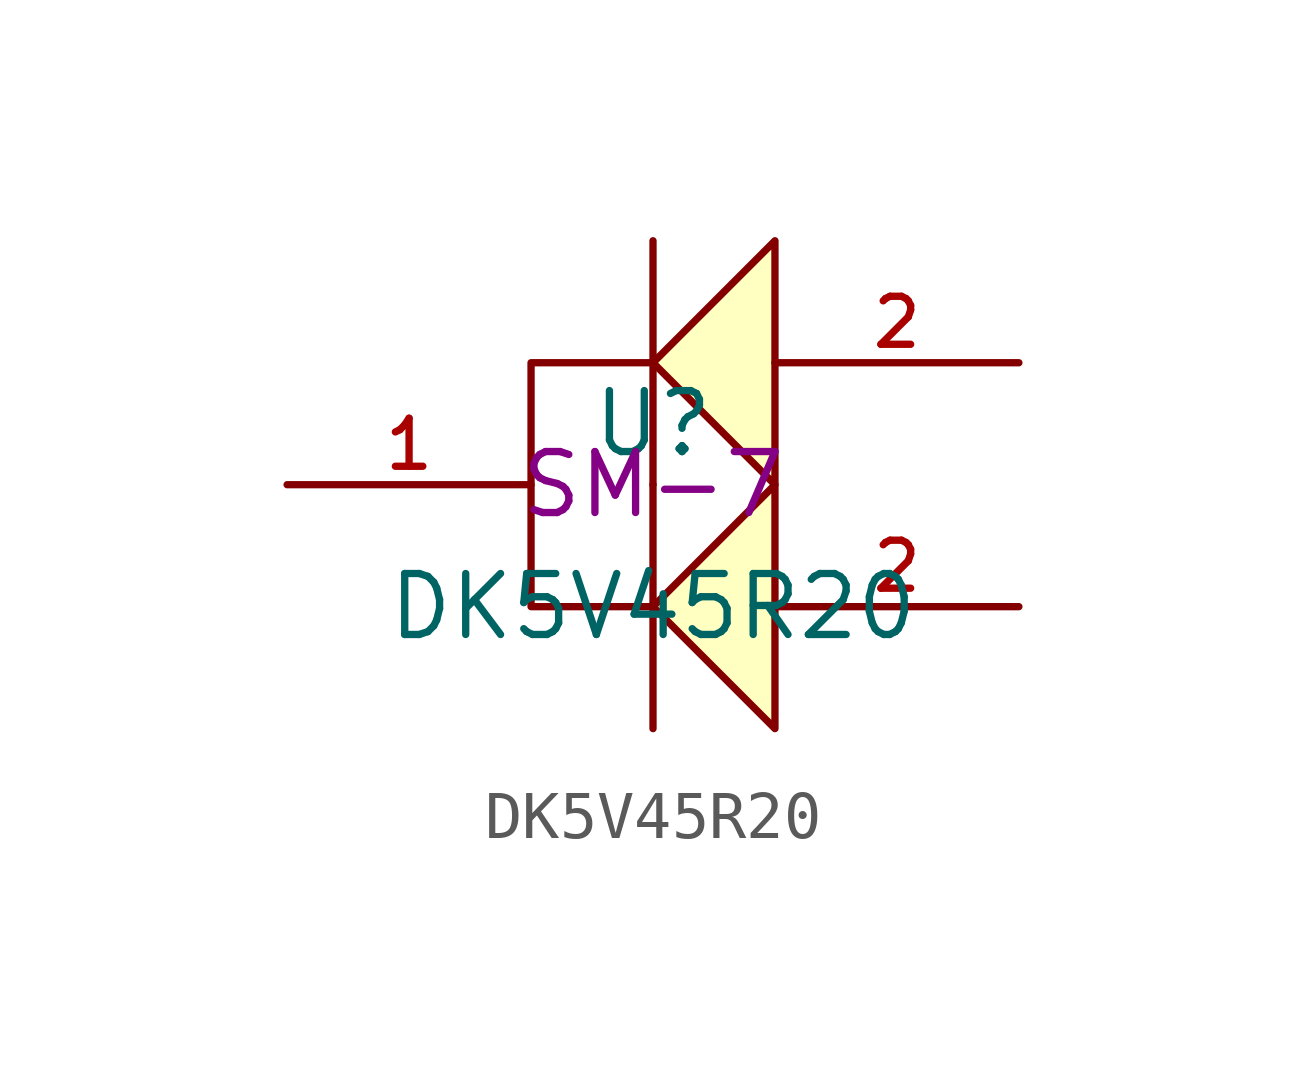
<source format=kicad_sym>
(kicad_symbol_lib
  (version 20211014)
  (generator kicad_symbol_editor)
  (symbol "DK5V45R20"
    (pin_names hide)
    (property "Reference" "U"
      (at 0 1.27 0)
      (effects (font (size 1.27 1.27))))
    (property "Value" "DK5V45R20"
      (at 0 -2.54 0)
      (effects (font (size 1.27 1.27))))
    (property "JLC" "SM-7"
      (at 0 0 0)
      (effects (font (size 1.27 1.27))))
    (symbol "DK5V45R20_0_1"
      (polyline (pts (xy 0 -5.08) (xy 0 0)) (stroke (width 0) (type default) (color 0 0 0 0)) (fill (type none)))
      (polyline (pts (xy 0 0) (xy 0 5.08)) (stroke (width 0) (type default) (color 0 0 0 0)) (fill (type none)))
      (polyline (pts (xy 0 2.54) (xy -2.54 2.54) (xy -2.54 -2.54) (xy 0 -2.54)) (stroke (width 0) (type default) (color 0 0 0 0)) (fill (type none)))
      (polyline (pts (xy 2.54 0) (xy 0 -2.54) (xy 2.54 -5.08) (xy 2.54 0)) (stroke (width 0) (type default) (color 0 0 0 0)) (fill (type background)))
      (polyline (pts (xy 2.54 5.08) (xy 0 2.54) (xy 2.54 0) (xy 2.54 5.08)) (stroke (width 0) (type default) (color 0 0 0 0)) (fill (type background)))
      (pin input line (at -7.62 0 0) (length 5.08) (name "K" (effects (font (size 1 1)))) (number "1" (effects (font (size 1 1)))))
      (pin input line (at 7.62 -2.54 180) (length 5.08) (name "A" (effects (font (size 1 1)))) (number "2" (effects (font (size 1 1)))))
      (pin input line (at 7.62 2.54 180) (length 5.08) (name "A" (effects (font (size 1 1)))) (number "2" (effects (font (size 1 1))))))))
</source>
